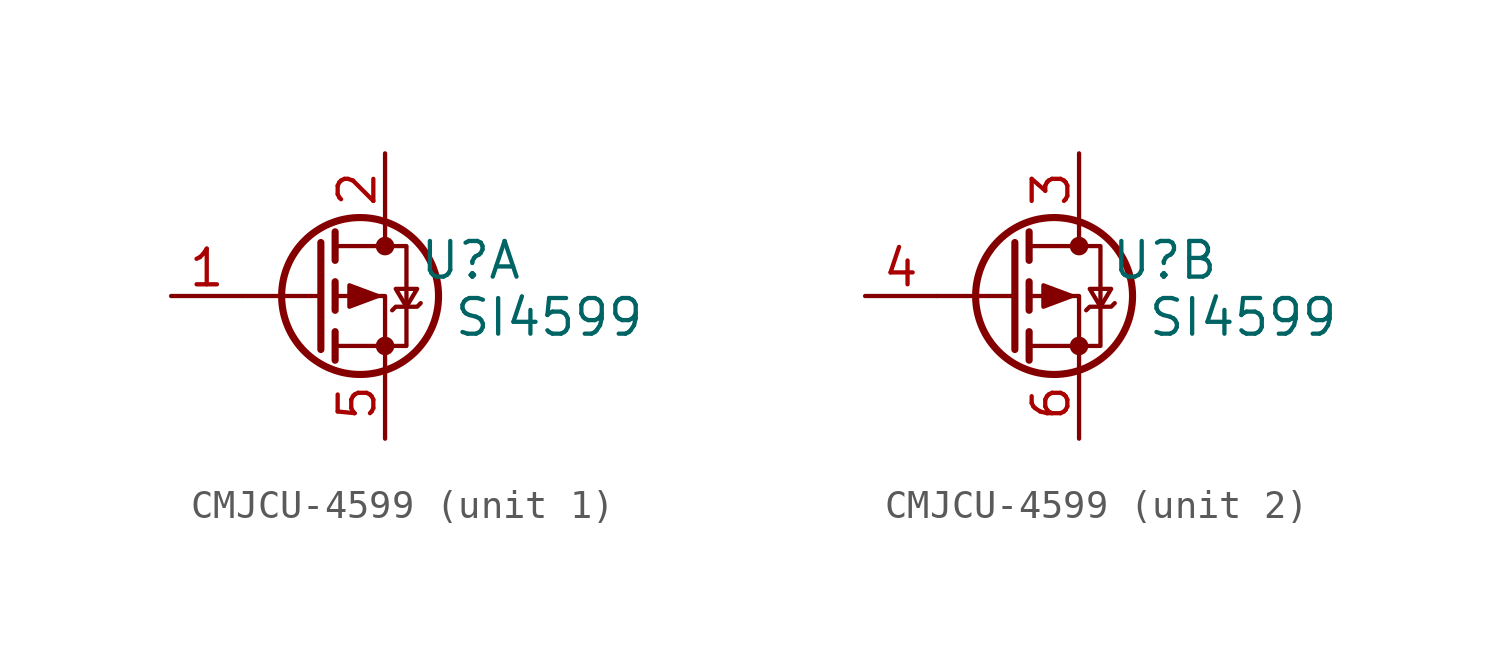
<source format=kicad_sym>
(kicad_symbol_lib
  (version 20241209)
  (generator "kicad_symbol_editor")
  (generator_version "9.0")
  (symbol "CMJCU-4599"
    (property "Reference" "U"
      (at 3.048 1.27 0)
      (effects (font (size 1.27 1.27))))
    (property "Value" "SI4599"
      (at 5.842 -0.762 0)
      (effects (font (size 1.27 1.27))))
    (property "ki_locked" ""
      (at 0 0 0)
      (effects (font (size 1.27 1.27))))
    (symbol "CMJCU-4599_0_1"
      (polyline (pts (xy -2.286 1.905) (xy -2.286 -1.905)) (stroke (width 0.254) (type default)) (fill (type none)))
      (polyline (pts (xy -2.286 0) (xy -5.08 0)) (stroke (width 0) (type default)) (fill (type none)))
      (polyline (pts (xy -1.778 2.286) (xy -1.778 1.27)) (stroke (width 0.254) (type default)) (fill (type none)))
      (polyline (pts (xy -1.778 1.778) (xy 0.762 1.778) (xy 0.762 -1.778) (xy -1.778 -1.778)) (stroke (width 0) (type default)) (fill (type none)))
      (polyline (pts (xy -1.778 0.508) (xy -1.778 -0.508)) (stroke (width 0.254) (type default)) (fill (type none)))
      (polyline (pts (xy -1.778 -1.27) (xy -1.778 -2.286)) (stroke (width 0.254) (type default)) (fill (type none)))
      (circle (center -0.889 0) (radius 2.794) (stroke (width 0.254) (type default)) (fill (type none)))
      (polyline (pts (xy -0.254 0) (xy -1.27 0.381) (xy -1.27 -0.381) (xy -0.254 0)) (stroke (width 0) (type default)) (fill (type outline)))
      (polyline (pts (xy 0 2.54) (xy 0 1.778)) (stroke (width 0) (type default)) (fill (type none)))
      (circle (center 0 1.778) (radius 0.254) (stroke (width 0) (type default)) (fill (type outline)))
      (circle (center 0 -1.778) (radius 0.254) (stroke (width 0) (type default)) (fill (type outline)))
      (polyline (pts (xy 0 -2.54) (xy 0 0) (xy -1.778 0)) (stroke (width 0) (type default)) (fill (type none)))
      (polyline (pts (xy 0.254 -0.508) (xy 0.381 -0.381) (xy 1.143 -0.381) (xy 1.27 -0.254)) (stroke (width 0) (type default)) (fill (type none)))
      (polyline (pts (xy 0.762 -0.381) (xy 0.381 0.254) (xy 1.143 0.254) (xy 0.762 -0.381)) (stroke (width 0) (type default)) (fill (type none))))
    (symbol "CMJCU-4599_1_1"
      (pin input line (at -7.62 0 0) (length 2.54) (name "" (effects (font (size 1.27 1.27)))) (number "1" (effects (font (size 1.27 1.27)))))
      (pin passive line (at 0 5.08 270) (length 2.54) (name "" (effects (font (size 1.27 1.27)))) (number "2" (effects (font (size 1.27 1.27)))))
      (pin passive line (at 0 -5.08 90) (length 2.54) (name "" (effects (font (size 1.27 1.27)))) (number "5" (effects (font (size 1.27 1.27))))))
    (symbol "CMJCU-4599_2_1"
      (pin input line (at -7.62 0 0) (length 2.54) (name "" (effects (font (size 1.27 1.27)))) (number "4" (effects (font (size 1.27 1.27)))))
      (pin passive line (at 0 5.08 270) (length 2.54) (name "" (effects (font (size 1.27 1.27)))) (number "3" (effects (font (size 1.27 1.27)))))
      (pin passive line (at 0 -5.08 90) (length 2.54) (name "" (effects (font (size 1.27 1.27)))) (number "6" (effects (font (size 1.27 1.27))))))))
</source>
